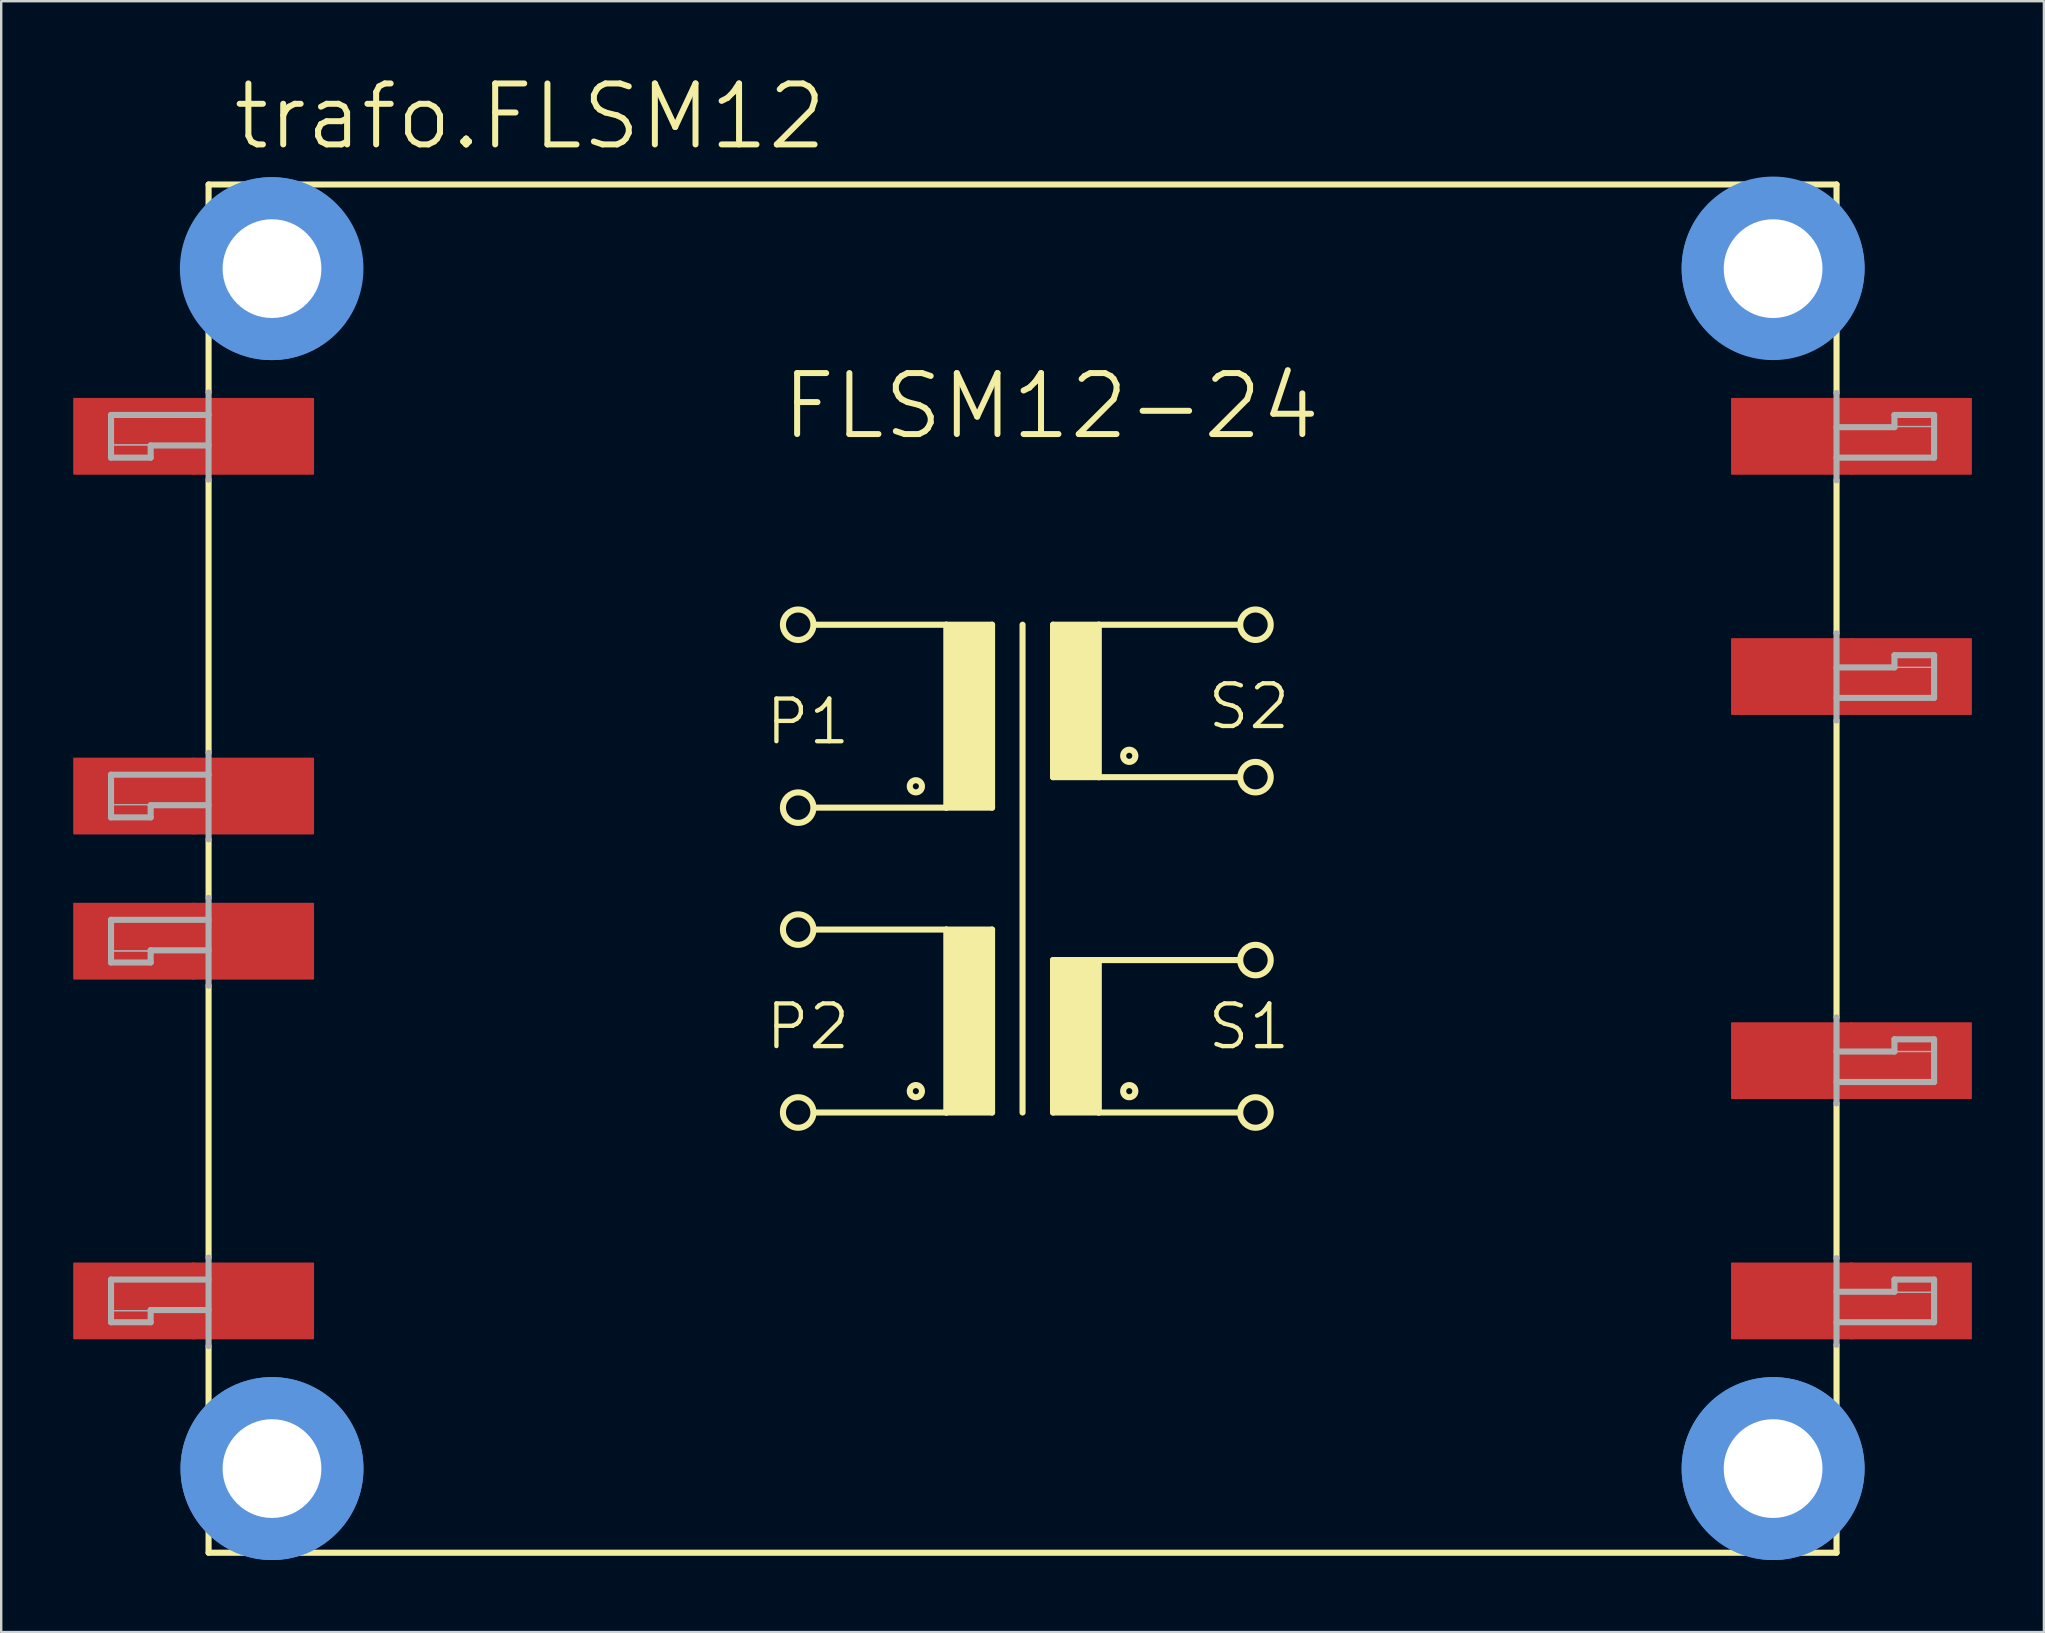
<source format=kicad_pcb>
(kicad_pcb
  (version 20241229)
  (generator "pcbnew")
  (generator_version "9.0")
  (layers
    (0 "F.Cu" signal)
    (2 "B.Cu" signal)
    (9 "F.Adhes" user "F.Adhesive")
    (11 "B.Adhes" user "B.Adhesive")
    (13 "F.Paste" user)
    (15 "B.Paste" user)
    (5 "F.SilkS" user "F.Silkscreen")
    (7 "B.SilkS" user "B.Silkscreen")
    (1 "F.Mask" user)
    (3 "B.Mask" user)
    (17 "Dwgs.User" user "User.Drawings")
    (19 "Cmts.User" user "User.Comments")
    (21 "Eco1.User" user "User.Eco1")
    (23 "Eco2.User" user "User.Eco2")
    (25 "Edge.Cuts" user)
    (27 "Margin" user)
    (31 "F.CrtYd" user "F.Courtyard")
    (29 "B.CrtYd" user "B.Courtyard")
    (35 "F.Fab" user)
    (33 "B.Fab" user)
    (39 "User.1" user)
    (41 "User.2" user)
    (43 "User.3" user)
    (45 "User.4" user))
  (footprint "trafo.FLSM12"
    (layer "F.Cu")
    (at 39.548 33.135)
    (property "Reference" "trafo.FLSM12" (at -33.02 -29.845 0) (layer "F.SilkS") (effects (font (size 2.54 2.54) (thickness 0.25)) (justify left bottom)))
    (attr smd)
    (fp_line (start -33.909 -28.499) (end -33.909 -19.837) (stroke (width 0.254) (type default)) (layer "F.SilkS"))
    (fp_line (start -33.909 -28.499) (end 33.909 -28.499) (stroke (width 0.254) (type default)) (layer "F.SilkS"))
    (fp_line (start -33.909 -16.205) (end -33.909 -4.826) (stroke (width 0.254) (type default)) (layer "F.SilkS"))
    (fp_line (start -33.909 -1.219) (end -33.909 1.219) (stroke (width 0.254) (type default)) (layer "F.SilkS"))
    (fp_line (start -33.909 4.877) (end -33.909 16.205) (stroke (width 0.254) (type default)) (layer "F.SilkS"))
    (fp_line (start -33.909 19.888) (end -33.909 28.499) (stroke (width 0.254) (type default)) (layer "F.SilkS"))
    (fp_line (start -8.636 -10.16) (end -3.175 -10.16) (stroke (width 0.254) (type default)) (layer "F.SilkS"))
    (fp_line (start -8.636 2.54) (end -3.175 2.54) (stroke (width 0.254) (type default)) (layer "F.SilkS"))
    (fp_line (start -3.175 -10.16) (end -3.175 -2.54) (stroke (width 0.254) (type default)) (layer "F.SilkS"))
    (fp_line (start -3.175 -10.16) (end -1.27 -10.16) (stroke (width 0.254) (type default)) (layer "F.SilkS"))
    (fp_line (start -3.175 -2.54) (end -8.636 -2.54) (stroke (width 0.254) (type default)) (layer "F.SilkS"))
    (fp_line (start -3.175 2.54) (end -3.175 10.16) (stroke (width 0.254) (type default)) (layer "F.SilkS"))
    (fp_line (start -3.175 2.54) (end -1.27 2.54) (stroke (width 0.254) (type default)) (layer "F.SilkS"))
    (fp_line (start -3.175 10.16) (end -8.636 10.16) (stroke (width 0.254) (type default)) (layer "F.SilkS"))
    (fp_line (start -1.27 -10.16) (end -1.27 -2.54) (stroke (width 0.254) (type default)) (layer "F.SilkS"))
    (fp_line (start -1.27 -2.54) (end -3.175 -2.54) (stroke (width 0.254) (type default)) (layer "F.SilkS"))
    (fp_line (start -1.27 2.54) (end -1.27 10.16) (stroke (width 0.254) (type default)) (layer "F.SilkS"))
    (fp_line (start -1.27 10.16) (end -3.175 10.16) (stroke (width 0.254) (type default)) (layer "F.SilkS"))
    (fp_line (start 0 -10.16) (end 0 10.16) (stroke (width 0.254) (type default)) (layer "F.SilkS"))
    (fp_line (start 1.27 -10.16) (end 1.27 -3.81) (stroke (width 0.254) (type default)) (layer "F.SilkS"))
    (fp_line (start 1.27 -10.16) (end 3.175 -10.16) (stroke (width 0.254) (type default)) (layer "F.SilkS"))
    (fp_line (start 1.27 -3.81) (end 3.175 -3.81) (stroke (width 0.254) (type default)) (layer "F.SilkS"))
    (fp_line (start 1.27 3.81) (end 1.27 10.16) (stroke (width 0.254) (type default)) (layer "F.SilkS"))
    (fp_line (start 1.27 3.81) (end 3.175 3.81) (stroke (width 0.254) (type default)) (layer "F.SilkS"))
    (fp_line (start 1.27 10.16) (end 3.175 10.16) (stroke (width 0.254) (type default)) (layer "F.SilkS"))
    (fp_line (start 3.175 -10.16) (end 9.017 -10.16) (stroke (width 0.254) (type default)) (layer "F.SilkS"))
    (fp_line (start 3.175 -3.81) (end 3.175 -10.16) (stroke (width 0.254) (type default)) (layer "F.SilkS"))
    (fp_line (start 3.175 -3.81) (end 9.017 -3.81) (stroke (width 0.254) (type default)) (layer "F.SilkS"))
    (fp_line (start 3.175 3.81) (end 9.017 3.81) (stroke (width 0.254) (type default)) (layer "F.SilkS"))
    (fp_line (start 3.175 10.16) (end 3.175 3.81) (stroke (width 0.254) (type default)) (layer "F.SilkS"))
    (fp_line (start 3.175 10.16) (end 9.017 10.16) (stroke (width 0.254) (type default)) (layer "F.SilkS"))
    (fp_line (start 33.909 -19.812) (end 33.909 -28.499) (stroke (width 0.254) (type default)) (layer "F.SilkS"))
    (fp_line (start 33.909 -9.804) (end 33.909 -16.18) (stroke (width 0.254) (type default)) (layer "F.SilkS"))
    (fp_line (start 33.909 6.198) (end 33.909 -6.172) (stroke (width 0.254) (type default)) (layer "F.SilkS"))
    (fp_line (start 33.909 16.231) (end 33.909 9.779) (stroke (width 0.254) (type default)) (layer "F.SilkS"))
    (fp_line (start 33.909 28.499) (end -33.909 28.499) (stroke (width 0.254) (type default)) (layer "F.SilkS"))
    (fp_line (start 33.909 28.499) (end 33.909 19.837) (stroke (width 0.254) (type default)) (layer "F.SilkS"))
    (fp_rect (start -3.175 -2.54) (end -1.27 -10.16) (stroke (width 0.05) (type default)) (fill yes) (layer "F.SilkS"))
    (fp_rect (start -3.175 10.16) (end -1.27 2.54) (stroke (width 0.05) (type default)) (fill yes) (layer "F.SilkS"))
    (fp_rect (start 1.27 -3.81) (end 3.175 -10.16) (stroke (width 0.05) (type default)) (fill yes) (layer "F.SilkS"))
    (fp_rect (start 1.27 10.16) (end 3.175 3.81) (stroke (width 0.05) (type default)) (fill yes) (layer "F.SilkS"))
    (fp_circle (center -9.347 -10.16) (end -8.712 -10.16) (stroke (width 0.254) (type default)) (fill no) (layer "F.SilkS"))
    (fp_circle (center -9.347 -2.54) (end -8.712 -2.54) (stroke (width 0.254) (type default)) (fill no) (layer "F.SilkS"))
    (fp_circle (center -9.347 2.54) (end -8.712 2.54) (stroke (width 0.254) (type default)) (fill no) (layer "F.SilkS"))
    (fp_circle (center -9.347 10.16) (end -8.712 10.16) (stroke (width 0.254) (type default)) (fill no) (layer "F.SilkS"))
    (fp_circle (center -4.445 -3.429) (end -4.191 -3.429) (stroke (width 0.254) (type default)) (fill no) (layer "F.SilkS"))
    (fp_circle (center -4.445 9.271) (end -4.191 9.271) (stroke (width 0.254) (type default)) (fill no) (layer "F.SilkS"))
    (fp_circle (center 4.445 -4.699) (end 4.699 -4.699) (stroke (width 0.254) (type default)) (fill no) (layer "F.SilkS"))
    (fp_circle (center 4.445 9.271) (end 4.699 9.271) (stroke (width 0.254) (type default)) (fill no) (layer "F.SilkS"))
    (fp_circle (center 9.703 -10.16) (end 10.338 -10.16) (stroke (width 0.254) (type default)) (fill no) (layer "F.SilkS"))
    (fp_circle (center 9.703 -3.81) (end 10.338 -3.81) (stroke (width 0.254) (type default)) (fill no) (layer "F.SilkS"))
    (fp_circle (center 9.703 3.81) (end 10.338 3.81) (stroke (width 0.254) (type default)) (fill no) (layer "F.SilkS"))
    (fp_circle (center 9.703 10.16) (end 10.338 10.16) (stroke (width 0.254) (type default)) (fill no) (layer "F.SilkS"))
    (fp_circle (center -31.293 -24.994) (end -28.372 -24.994) (stroke (width 1.778) (type default)) (fill no) (layer "Cmts.User"))
    (fp_circle (center -31.267 -24.994) (end -28.346 -24.994) (stroke (width 1.778) (type default)) (fill no) (layer "Cmts.User"))
    (fp_circle (center -31.267 24.994) (end -28.346 24.994) (stroke (width 1.778) (type default)) (fill no) (layer "Cmts.User"))
    (fp_circle (center -31.267 24.994) (end -28.346 24.994) (stroke (width 1.778) (type default)) (fill no) (layer "Cmts.User"))
    (fp_circle (center 31.267 -25.019) (end 34.188 -25.019) (stroke (width 1.778) (type default)) (fill no) (layer "Cmts.User"))
    (fp_circle (center 31.267 -24.994) (end 34.188 -24.994) (stroke (width 1.778) (type default)) (fill no) (layer "Cmts.User"))
    (fp_circle (center 31.267 24.994) (end 34.188 24.994) (stroke (width 1.778) (type default)) (fill no) (layer "Cmts.User"))
    (fp_circle (center 31.267 24.994) (end 34.188 24.994) (stroke (width 1.778) (type default)) (fill no) (layer "Cmts.User"))
    (fp_line (start -37.973 -17.12) (end -37.973 -18.898) (stroke (width 0.254) (type default)) (layer "F.Fab"))
    (fp_line (start -37.973 -17.12) (end -36.322 -17.12) (stroke (width 0.254) (type default)) (layer "F.Fab"))
    (fp_line (start -37.973 -2.134) (end -37.973 -3.912) (stroke (width 0.254) (type default)) (layer "F.Fab"))
    (fp_line (start -37.973 -2.134) (end -36.322 -2.134) (stroke (width 0.254) (type default)) (layer "F.Fab"))
    (fp_line (start -37.973 3.912) (end -37.973 2.134) (stroke (width 0.254) (type default)) (layer "F.Fab"))
    (fp_line (start -37.973 3.912) (end -36.322 3.912) (stroke (width 0.254) (type default)) (layer "F.Fab"))
    (fp_line (start -37.973 18.898) (end -37.973 17.12) (stroke (width 0.254) (type default)) (layer "F.Fab"))
    (fp_line (start -37.973 18.898) (end -36.322 18.898) (stroke (width 0.254) (type default)) (layer "F.Fab"))
    (fp_line (start -36.322 -17.628) (end -36.322 -17.12) (stroke (width 0.254) (type default)) (layer "F.Fab"))
    (fp_line (start -36.322 -17.628) (end -33.909 -17.628) (stroke (width 0.254) (type default)) (layer "F.Fab"))
    (fp_line (start -36.322 -2.642) (end -36.322 -2.134) (stroke (width 0.254) (type default)) (layer "F.Fab"))
    (fp_line (start -36.322 -2.642) (end -33.909 -2.642) (stroke (width 0.254) (type default)) (layer "F.Fab"))
    (fp_line (start -36.322 3.404) (end -36.322 3.912) (stroke (width 0.254) (type default)) (layer "F.Fab"))
    (fp_line (start -36.322 3.404) (end -33.909 3.404) (stroke (width 0.254) (type default)) (layer "F.Fab"))
    (fp_line (start -36.322 18.39) (end -36.322 18.898) (stroke (width 0.254) (type default)) (layer "F.Fab"))
    (fp_line (start -36.322 18.39) (end -33.909 18.39) (stroke (width 0.254) (type default)) (layer "F.Fab"))
    (fp_line (start -33.909 -19.837) (end -33.909 -16.205) (stroke (width 0.254) (type default)) (layer "F.Fab"))
    (fp_line (start -33.909 -18.898) (end -37.973 -18.898) (stroke (width 0.254) (type default)) (layer "F.Fab"))
    (fp_line (start -33.909 -4.826) (end -33.909 -1.219) (stroke (width 0.254) (type default)) (layer "F.Fab"))
    (fp_line (start -33.909 -3.912) (end -37.973 -3.912) (stroke (width 0.254) (type default)) (layer "F.Fab"))
    (fp_line (start -33.909 1.219) (end -33.909 4.877) (stroke (width 0.254) (type default)) (layer "F.Fab"))
    (fp_line (start -33.909 2.134) (end -37.973 2.134) (stroke (width 0.254) (type default)) (layer "F.Fab"))
    (fp_line (start -33.909 16.205) (end -33.909 19.888) (stroke (width 0.254) (type default)) (layer "F.Fab"))
    (fp_line (start -33.909 17.12) (end -37.973 17.12) (stroke (width 0.254) (type default)) (layer "F.Fab"))
    (fp_line (start 33.909 -17.12) (end 37.973 -17.12) (stroke (width 0.254) (type default)) (layer "F.Fab"))
    (fp_line (start 33.909 -16.18) (end 33.909 -19.812) (stroke (width 0.254) (type default)) (layer "F.Fab"))
    (fp_line (start 33.909 -7.112) (end 37.973 -7.112) (stroke (width 0.254) (type default)) (layer "F.Fab"))
    (fp_line (start 33.909 -6.172) (end 33.909 -9.804) (stroke (width 0.254) (type default)) (layer "F.Fab"))
    (fp_line (start 33.909 8.89) (end 37.973 8.89) (stroke (width 0.254) (type default)) (layer "F.Fab"))
    (fp_line (start 33.909 9.779) (end 33.909 6.198) (stroke (width 0.254) (type default)) (layer "F.Fab"))
    (fp_line (start 33.909 18.898) (end 37.973 18.898) (stroke (width 0.254) (type default)) (layer "F.Fab"))
    (fp_line (start 33.909 19.837) (end 33.909 16.231) (stroke (width 0.254) (type default)) (layer "F.Fab"))
    (fp_line (start 36.322 -18.39) (end 33.909 -18.39) (stroke (width 0.254) (type default)) (layer "F.Fab"))
    (fp_line (start 36.322 -18.39) (end 36.322 -18.898) (stroke (width 0.254) (type default)) (layer "F.Fab"))
    (fp_line (start 36.322 -8.382) (end 33.909 -8.382) (stroke (width 0.254) (type default)) (layer "F.Fab"))
    (fp_line (start 36.322 -8.382) (end 36.322 -8.89) (stroke (width 0.254) (type default)) (layer "F.Fab"))
    (fp_line (start 36.322 7.62) (end 33.909 7.62) (stroke (width 0.254) (type default)) (layer "F.Fab"))
    (fp_line (start 36.322 7.62) (end 36.322 7.112) (stroke (width 0.254) (type default)) (layer "F.Fab"))
    (fp_line (start 36.322 17.628) (end 33.909 17.628) (stroke (width 0.254) (type default)) (layer "F.Fab"))
    (fp_line (start 36.322 17.628) (end 36.322 17.12) (stroke (width 0.254) (type default)) (layer "F.Fab"))
    (fp_line (start 37.973 -18.898) (end 36.322 -18.898) (stroke (width 0.254) (type default)) (layer "F.Fab"))
    (fp_line (start 37.973 -18.898) (end 37.973 -17.12) (stroke (width 0.254) (type default)) (layer "F.Fab"))
    (fp_line (start 37.973 -8.89) (end 36.322 -8.89) (stroke (width 0.254) (type default)) (layer "F.Fab"))
    (fp_line (start 37.973 -8.89) (end 37.973 -7.112) (stroke (width 0.254) (type default)) (layer "F.Fab"))
    (fp_line (start 37.973 7.112) (end 36.322 7.112) (stroke (width 0.254) (type default)) (layer "F.Fab"))
    (fp_line (start 37.973 7.112) (end 37.973 8.89) (stroke (width 0.254) (type default)) (layer "F.Fab"))
    (fp_line (start 37.973 17.12) (end 36.322 17.12) (stroke (width 0.254) (type default)) (layer "F.Fab"))
    (fp_line (start 37.973 17.12) (end 37.973 18.898) (stroke (width 0.254) (type default)) (layer "F.Fab"))
    (fp_rect (start -37.973 -17.653) (end -33.909 -18.923) (stroke (width 0.05) (type default)) (fill no) (layer "F.Fab"))
    (fp_rect (start -37.973 -17.145) (end -36.322 -17.653) (stroke (width 0.05) (type default)) (fill no) (layer "F.Fab"))
    (fp_rect (start -37.973 -2.667) (end -33.909 -3.937) (stroke (width 0.05) (type default)) (fill no) (layer "F.Fab"))
    (fp_rect (start -37.973 -2.159) (end -36.322 -2.667) (stroke (width 0.05) (type default)) (fill no) (layer "F.Fab"))
    (fp_rect (start -37.973 3.429) (end -33.909 2.159) (stroke (width 0.05) (type default)) (fill no) (layer "F.Fab"))
    (fp_rect (start -37.973 3.937) (end -36.322 3.429) (stroke (width 0.05) (type default)) (fill no) (layer "F.Fab"))
    (fp_rect (start -37.973 18.415) (end -33.909 17.145) (stroke (width 0.05) (type default)) (fill no) (layer "F.Fab"))
    (fp_rect (start -37.973 18.923) (end -36.322 18.415) (stroke (width 0.05) (type default)) (fill no) (layer "F.Fab"))
    (fp_rect (start 33.909 -17.145) (end 37.973 -18.415) (stroke (width 0.05) (type default)) (fill no) (layer "F.Fab"))
    (fp_rect (start 33.909 -7.112) (end 37.973 -8.382) (stroke (width 0.05) (type default)) (fill no) (layer "F.Fab"))
    (fp_rect (start 33.909 8.89) (end 37.973 7.62) (stroke (width 0.05) (type default)) (fill no) (layer "F.Fab"))
    (fp_rect (start 33.909 18.923) (end 37.973 17.653) (stroke (width 0.05) (type default)) (fill no) (layer "F.Fab"))
    (fp_rect (start 36.322 -18.415) (end 37.973 -18.923) (stroke (width 0.05) (type default)) (fill no) (layer "F.Fab"))
    (fp_rect (start 36.322 -8.382) (end 37.973 -8.89) (stroke (width 0.05) (type default)) (fill no) (layer "F.Fab"))
    (fp_rect (start 36.322 7.62) (end 37.973 7.112) (stroke (width 0.05) (type default)) (fill no) (layer "F.Fab"))
    (fp_rect (start 36.322 17.653) (end 37.973 17.145) (stroke (width 0.05) (type default)) (fill no) (layer "F.Fab"))
    (fp_text user "S2" (at 7.62 -5.715 0) (layer "F.SilkS") (effects (font (size 1.778 1.778) (thickness 0.18)) (justify left bottom)))
    (fp_text user "P2" (at -10.795 7.62 0) (layer "F.SilkS") (effects (font (size 1.778 1.778) (thickness 0.18)) (justify left bottom)))
    (fp_text user "P1" (at -10.795 -5.08 0) (layer "F.SilkS") (effects (font (size 1.778 1.778) (thickness 0.18)) (justify left bottom)))
    (fp_text user "S1" (at 7.62 7.62 0) (layer "F.SilkS") (effects (font (size 1.778 1.778) (thickness 0.18)) (justify left bottom)))
    (fp_text user "FLSM12-24" (at -10.16 -17.78 0) (layer "F.SilkS") (effects (font (size 2.54 2.54) (thickness 0.25)) (justify left bottom)))
    (pad "" np_thru_hole circle (at -31.267 -24.994) (size 4.115 4.115) (drill 4.115) (layers "*.Cu" "*.Mask"))
    (pad "" np_thru_hole circle (at -31.267 24.994) (size 4.115 4.115) (drill 4.115) (layers "*.Cu" "*.Mask"))
    (pad "" np_thru_hole circle (at 31.267 -24.994) (size 4.115 4.115) (drill 4.115) (layers "*.Cu" "*.Mask"))
    (pad "" np_thru_hole circle (at 31.267 24.994) (size 4.115 4.115) (drill 4.115) (layers "*.Cu" "*.Mask"))
    (pad "1" smd roundrect (at -37.008 -18.009) (size 5.08 3.2) (layers "F.Cu" "F.Mask" "F.Paste") (roundrect_rratio 0.01))
    (pad "1A" smd roundrect (at -32.055 -18.009) (size 5.08 3.2) (layers "F.Cu" "F.Mask" "F.Paste") (roundrect_rratio 0.01))
    (pad "2" smd roundrect (at -37.008 -3.023) (size 5.08 3.2) (layers "F.Cu" "F.Mask" "F.Paste") (roundrect_rratio 0.01))
    (pad "2A" smd roundrect (at -32.055 -3.023) (size 5.08 3.2) (layers "F.Cu" "F.Mask" "F.Paste") (roundrect_rratio 0.01))
    (pad "3" smd roundrect (at -37.008 3.023) (size 5.08 3.2) (layers "F.Cu" "F.Mask" "F.Paste") (roundrect_rratio 0.01))
    (pad "3A" smd roundrect (at -32.055 3.023) (size 5.08 3.2) (layers "F.Cu" "F.Mask" "F.Paste") (roundrect_rratio 0.01))
    (pad "4" smd roundrect (at -37.008 18.009) (size 5.08 3.2) (layers "F.Cu" "F.Mask" "F.Paste") (roundrect_rratio 0.01))
    (pad "4A" smd roundrect (at -32.055 18.009) (size 5.08 3.2) (layers "F.Cu" "F.Mask" "F.Paste") (roundrect_rratio 0.01))
    (pad "5" smd roundrect (at 37.008 18.009) (size 5.08 3.2) (layers "F.Cu" "F.Mask" "F.Paste") (roundrect_rratio 0.01))
    (pad "5A" smd roundrect (at 32.055 18.009) (size 5.08 3.2) (layers "F.Cu" "F.Mask" "F.Paste") (roundrect_rratio 0.01))
    (pad "6" smd roundrect (at 37.008 8.001) (size 5.08 3.2) (layers "F.Cu" "F.Mask" "F.Paste") (roundrect_rratio 0.01))
    (pad "6A" smd roundrect (at 32.055 8.001) (size 5.08 3.2) (layers "F.Cu" "F.Mask" "F.Paste") (roundrect_rratio 0.01))
    (pad "7" smd roundrect (at 37.008 -8.001) (size 5.08 3.2) (layers "F.Cu" "F.Mask" "F.Paste") (roundrect_rratio 0.01))
    (pad "7A" smd roundrect (at 32.055 -8.001) (size 5.08 3.2) (layers "F.Cu" "F.Mask" "F.Paste") (roundrect_rratio 0.01))
    (pad "8" smd roundrect (at 37.008 -18.009) (size 5.08 3.2) (layers "F.Cu" "F.Mask" "F.Paste") (roundrect_rratio 0.01))
    (pad "8A" smd roundrect (at 32.055 -18.009) (size 5.08 3.2) (layers "F.Cu" "F.Mask" "F.Paste") (roundrect_rratio 0.01)))
  (gr_rect
    (start -3 -3)
    (end 82.096 64.939)
    (stroke (width 0.1) (type default))
    (fill no)
    (layer "Edge.Cuts")))
</source>
